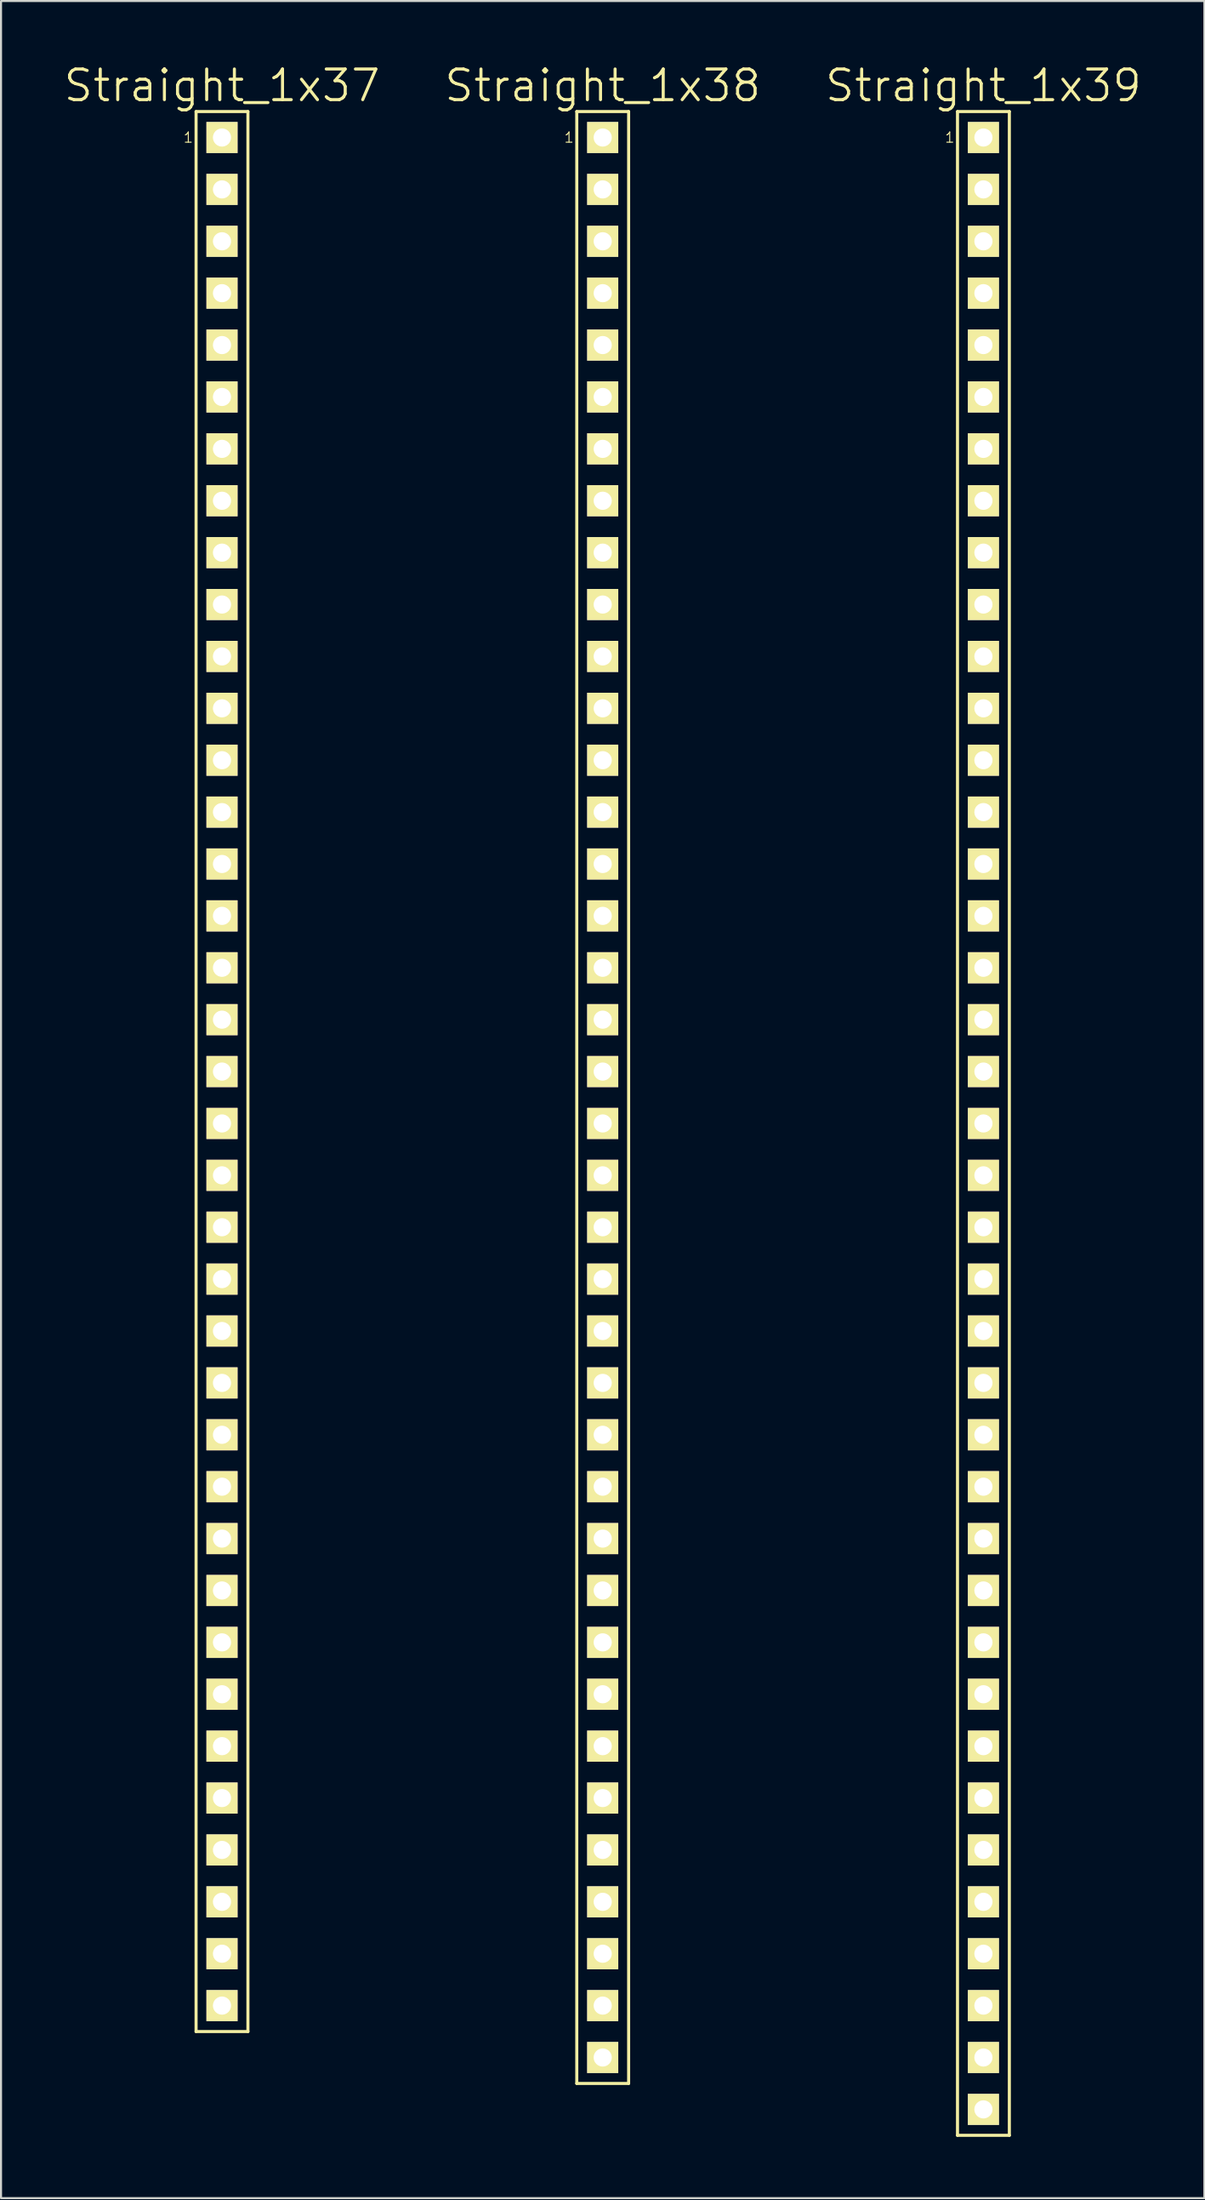
<source format=kicad_pcb>
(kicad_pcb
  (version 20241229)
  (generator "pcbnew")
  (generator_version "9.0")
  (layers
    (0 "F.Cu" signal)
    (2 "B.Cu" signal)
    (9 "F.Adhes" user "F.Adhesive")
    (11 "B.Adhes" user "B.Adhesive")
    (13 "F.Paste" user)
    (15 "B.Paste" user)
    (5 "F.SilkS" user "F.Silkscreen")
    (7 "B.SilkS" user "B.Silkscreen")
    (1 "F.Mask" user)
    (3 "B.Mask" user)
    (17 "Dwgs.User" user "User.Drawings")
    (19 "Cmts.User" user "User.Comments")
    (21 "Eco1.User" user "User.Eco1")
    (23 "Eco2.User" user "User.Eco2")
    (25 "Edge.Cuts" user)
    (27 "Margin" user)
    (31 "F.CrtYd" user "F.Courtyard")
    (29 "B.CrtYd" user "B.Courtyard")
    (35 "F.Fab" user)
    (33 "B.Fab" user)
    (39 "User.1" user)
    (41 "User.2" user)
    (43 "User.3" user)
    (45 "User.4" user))
  (footprint "Straight_1x39"
    (layer "F.Cu")
    (at 45.125 51.941)
    (property "Reference" "Straight_1x39" (at 0 -50.8 0) (layer "F.SilkS") (effects (font (size 1.5 1.5) (thickness 0.15))))
    (attr through_hole)
    (fp_line (start -1.27 -49.53) (end 1.27 -49.53) (stroke (width 0.15) (type solid)) (layer "F.SilkS"))
    (fp_line (start -1.27 49.53) (end -1.27 -49.53) (stroke (width 0.15) (type solid)) (layer "F.SilkS"))
    (fp_line (start 1.27 -49.53) (end 1.27 49.53) (stroke (width 0.15) (type solid)) (layer "F.SilkS"))
    (fp_line (start 1.27 49.53) (end -1.27 49.53) (stroke (width 0.15) (type solid)) (layer "F.SilkS"))
    (fp_text user "1" (at -1.651 -48.26 0) (layer "F.SilkS") (effects (font (size 0.5 0.5) (thickness 0.05))))
    (pad "1" thru_hole rect (at 0 -48.26) (size 1.524 1.524) (drill 0.889) (layers "*.Cu" "*.Mask" "F.SilkS"))
    (pad "2" thru_hole rect (at 0 -45.72) (size 1.524 1.524) (drill 0.889) (layers "*.Cu" "*.Mask" "F.SilkS"))
    (pad "3" thru_hole rect (at 0 -43.18) (size 1.524 1.524) (drill 0.889) (layers "*.Cu" "*.Mask" "F.SilkS"))
    (pad "4" thru_hole rect (at 0 -40.64) (size 1.524 1.524) (drill 0.889) (layers "*.Cu" "*.Mask" "F.SilkS"))
    (pad "5" thru_hole rect (at 0 -38.1) (size 1.524 1.524) (drill 0.889) (layers "*.Cu" "*.Mask" "F.SilkS"))
    (pad "6" thru_hole rect (at 0 -35.56) (size 1.524 1.524) (drill 0.889) (layers "*.Cu" "*.Mask" "F.SilkS"))
    (pad "7" thru_hole rect (at 0 -33.02) (size 1.524 1.524) (drill 0.889) (layers "*.Cu" "*.Mask" "F.SilkS"))
    (pad "8" thru_hole rect (at 0 -30.48) (size 1.524 1.524) (drill 0.889) (layers "*.Cu" "*.Mask" "F.SilkS"))
    (pad "9" thru_hole rect (at 0 -27.94) (size 1.524 1.524) (drill 0.889) (layers "*.Cu" "*.Mask" "F.SilkS"))
    (pad "10" thru_hole rect (at 0 -25.4) (size 1.524 1.524) (drill 0.889) (layers "*.Cu" "*.Mask" "F.SilkS"))
    (pad "11" thru_hole rect (at 0 -22.86) (size 1.524 1.524) (drill 0.889) (layers "*.Cu" "*.Mask" "F.SilkS"))
    (pad "12" thru_hole rect (at 0 -20.32) (size 1.524 1.524) (drill 0.889) (layers "*.Cu" "*.Mask" "F.SilkS"))
    (pad "13" thru_hole rect (at 0 -17.78) (size 1.524 1.524) (drill 0.889) (layers "*.Cu" "*.Mask" "F.SilkS"))
    (pad "14" thru_hole rect (at 0 -15.24) (size 1.524 1.524) (drill 0.889) (layers "*.Cu" "*.Mask" "F.SilkS"))
    (pad "15" thru_hole rect (at 0 -12.7) (size 1.524 1.524) (drill 0.889) (layers "*.Cu" "*.Mask" "F.SilkS"))
    (pad "16" thru_hole rect (at 0 -10.16) (size 1.524 1.524) (drill 0.889) (layers "*.Cu" "*.Mask" "F.SilkS"))
    (pad "17" thru_hole rect (at 0 -7.62) (size 1.524 1.524) (drill 0.889) (layers "*.Cu" "*.Mask" "F.SilkS"))
    (pad "18" thru_hole rect (at 0 -5.08) (size 1.524 1.524) (drill 0.889) (layers "*.Cu" "*.Mask" "F.SilkS"))
    (pad "19" thru_hole rect (at 0 -2.54) (size 1.524 1.524) (drill 0.889) (layers "*.Cu" "*.Mask" "F.SilkS"))
    (pad "20" thru_hole rect (at 0 0) (size 1.524 1.524) (drill 0.889) (layers "*.Cu" "*.Mask" "F.SilkS"))
    (pad "21" thru_hole rect (at 0 2.54) (size 1.524 1.524) (drill 0.889) (layers "*.Cu" "*.Mask" "F.SilkS"))
    (pad "22" thru_hole rect (at 0 5.08) (size 1.524 1.524) (drill 0.889) (layers "*.Cu" "*.Mask" "F.SilkS"))
    (pad "23" thru_hole rect (at 0 7.62) (size 1.524 1.524) (drill 0.889) (layers "*.Cu" "*.Mask" "F.SilkS"))
    (pad "24" thru_hole rect (at 0 10.16) (size 1.524 1.524) (drill 0.889) (layers "*.Cu" "*.Mask" "F.SilkS"))
    (pad "25" thru_hole rect (at 0 12.7) (size 1.524 1.524) (drill 0.889) (layers "*.Cu" "*.Mask" "F.SilkS"))
    (pad "26" thru_hole rect (at 0 15.24) (size 1.524 1.524) (drill 0.889) (layers "*.Cu" "*.Mask" "F.SilkS"))
    (pad "27" thru_hole rect (at 0 17.78) (size 1.524 1.524) (drill 0.889) (layers "*.Cu" "*.Mask" "F.SilkS"))
    (pad "28" thru_hole rect (at 0 20.32) (size 1.524 1.524) (drill 0.889) (layers "*.Cu" "*.Mask" "F.SilkS"))
    (pad "29" thru_hole rect (at 0 22.86) (size 1.524 1.524) (drill 0.889) (layers "*.Cu" "*.Mask" "F.SilkS"))
    (pad "30" thru_hole rect (at 0 25.4) (size 1.524 1.524) (drill 0.889) (layers "*.Cu" "*.Mask" "F.SilkS"))
    (pad "31" thru_hole rect (at 0 27.94) (size 1.524 1.524) (drill 0.889) (layers "*.Cu" "*.Mask" "F.SilkS"))
    (pad "32" thru_hole rect (at 0 30.48) (size 1.524 1.524) (drill 0.889) (layers "*.Cu" "*.Mask" "F.SilkS"))
    (pad "33" thru_hole rect (at 0 33.02) (size 1.524 1.524) (drill 0.889) (layers "*.Cu" "*.Mask" "F.SilkS"))
    (pad "34" thru_hole rect (at 0 35.56) (size 1.524 1.524) (drill 0.889) (layers "*.Cu" "*.Mask" "F.SilkS"))
    (pad "35" thru_hole rect (at 0 38.1) (size 1.524 1.524) (drill 0.889) (layers "*.Cu" "*.Mask" "F.SilkS"))
    (pad "36" thru_hole rect (at 0 40.64) (size 1.524 1.524) (drill 0.889) (layers "*.Cu" "*.Mask" "F.SilkS"))
    (pad "37" thru_hole rect (at 0 43.18) (size 1.524 1.524) (drill 0.889) (layers "*.Cu" "*.Mask" "F.SilkS"))
    (pad "38" thru_hole rect (at 0 45.72) (size 1.524 1.524) (drill 0.889) (layers "*.Cu" "*.Mask" "F.SilkS"))
    (pad "39" thru_hole rect (at 0 48.26) (size 1.524 1.524) (drill 0.889) (layers "*.Cu" "*.Mask" "F.SilkS")))
  (footprint "Straight_1x37"
    (layer "F.Cu")
    (at 7.825 49.401)
    (property "Reference" "Straight_1x37" (at 0 -48.26 0) (layer "F.SilkS") (effects (font (size 1.5 1.5) (thickness 0.15))))
    (attr through_hole)
    (fp_line (start -1.27 -46.99) (end 1.27 -46.99) (stroke (width 0.15) (type solid)) (layer "F.SilkS"))
    (fp_line (start -1.27 46.99) (end -1.27 -46.99) (stroke (width 0.15) (type solid)) (layer "F.SilkS"))
    (fp_line (start 1.27 -46.99) (end 1.27 46.99) (stroke (width 0.15) (type solid)) (layer "F.SilkS"))
    (fp_line (start 1.27 46.99) (end -1.27 46.99) (stroke (width 0.15) (type solid)) (layer "F.SilkS"))
    (fp_text user "1" (at -1.651 -45.72 0) (layer "F.SilkS") (effects (font (size 0.5 0.5) (thickness 0.05))))
    (pad "1" thru_hole rect (at 0 -45.72) (size 1.524 1.524) (drill 0.889) (layers "*.Cu" "*.Mask" "F.SilkS"))
    (pad "2" thru_hole rect (at 0 -43.18) (size 1.524 1.524) (drill 0.889) (layers "*.Cu" "*.Mask" "F.SilkS"))
    (pad "3" thru_hole rect (at 0 -40.64) (size 1.524 1.524) (drill 0.889) (layers "*.Cu" "*.Mask" "F.SilkS"))
    (pad "4" thru_hole rect (at 0 -38.1) (size 1.524 1.524) (drill 0.889) (layers "*.Cu" "*.Mask" "F.SilkS"))
    (pad "5" thru_hole rect (at 0 -35.56) (size 1.524 1.524) (drill 0.889) (layers "*.Cu" "*.Mask" "F.SilkS"))
    (pad "6" thru_hole rect (at 0 -33.02) (size 1.524 1.524) (drill 0.889) (layers "*.Cu" "*.Mask" "F.SilkS"))
    (pad "7" thru_hole rect (at 0 -30.48) (size 1.524 1.524) (drill 0.889) (layers "*.Cu" "*.Mask" "F.SilkS"))
    (pad "8" thru_hole rect (at 0 -27.94) (size 1.524 1.524) (drill 0.889) (layers "*.Cu" "*.Mask" "F.SilkS"))
    (pad "9" thru_hole rect (at 0 -25.4) (size 1.524 1.524) (drill 0.889) (layers "*.Cu" "*.Mask" "F.SilkS"))
    (pad "10" thru_hole rect (at 0 -22.86) (size 1.524 1.524) (drill 0.889) (layers "*.Cu" "*.Mask" "F.SilkS"))
    (pad "11" thru_hole rect (at 0 -20.32) (size 1.524 1.524) (drill 0.889) (layers "*.Cu" "*.Mask" "F.SilkS"))
    (pad "12" thru_hole rect (at 0 -17.78) (size 1.524 1.524) (drill 0.889) (layers "*.Cu" "*.Mask" "F.SilkS"))
    (pad "13" thru_hole rect (at 0 -15.24) (size 1.524 1.524) (drill 0.889) (layers "*.Cu" "*.Mask" "F.SilkS"))
    (pad "14" thru_hole rect (at 0 -12.7) (size 1.524 1.524) (drill 0.889) (layers "*.Cu" "*.Mask" "F.SilkS"))
    (pad "15" thru_hole rect (at 0 -10.16) (size 1.524 1.524) (drill 0.889) (layers "*.Cu" "*.Mask" "F.SilkS"))
    (pad "16" thru_hole rect (at 0 -7.62) (size 1.524 1.524) (drill 0.889) (layers "*.Cu" "*.Mask" "F.SilkS"))
    (pad "17" thru_hole rect (at 0 -5.08) (size 1.524 1.524) (drill 0.889) (layers "*.Cu" "*.Mask" "F.SilkS"))
    (pad "18" thru_hole rect (at 0 -2.54) (size 1.524 1.524) (drill 0.889) (layers "*.Cu" "*.Mask" "F.SilkS"))
    (pad "19" thru_hole rect (at 0 0) (size 1.524 1.524) (drill 0.889) (layers "*.Cu" "*.Mask" "F.SilkS"))
    (pad "20" thru_hole rect (at 0 2.54) (size 1.524 1.524) (drill 0.889) (layers "*.Cu" "*.Mask" "F.SilkS"))
    (pad "21" thru_hole rect (at 0 5.08) (size 1.524 1.524) (drill 0.889) (layers "*.Cu" "*.Mask" "F.SilkS"))
    (pad "22" thru_hole rect (at 0 7.62) (size 1.524 1.524) (drill 0.889) (layers "*.Cu" "*.Mask" "F.SilkS"))
    (pad "23" thru_hole rect (at 0 10.16) (size 1.524 1.524) (drill 0.889) (layers "*.Cu" "*.Mask" "F.SilkS"))
    (pad "24" thru_hole rect (at 0 12.7) (size 1.524 1.524) (drill 0.889) (layers "*.Cu" "*.Mask" "F.SilkS"))
    (pad "25" thru_hole rect (at 0 15.24) (size 1.524 1.524) (drill 0.889) (layers "*.Cu" "*.Mask" "F.SilkS"))
    (pad "26" thru_hole rect (at 0 17.78) (size 1.524 1.524) (drill 0.889) (layers "*.Cu" "*.Mask" "F.SilkS"))
    (pad "27" thru_hole rect (at 0 20.32) (size 1.524 1.524) (drill 0.889) (layers "*.Cu" "*.Mask" "F.SilkS"))
    (pad "28" thru_hole rect (at 0 22.86) (size 1.524 1.524) (drill 0.889) (layers "*.Cu" "*.Mask" "F.SilkS"))
    (pad "29" thru_hole rect (at 0 25.4) (size 1.524 1.524) (drill 0.889) (layers "*.Cu" "*.Mask" "F.SilkS"))
    (pad "30" thru_hole rect (at 0 27.94) (size 1.524 1.524) (drill 0.889) (layers "*.Cu" "*.Mask" "F.SilkS"))
    (pad "31" thru_hole rect (at 0 30.48) (size 1.524 1.524) (drill 0.889) (layers "*.Cu" "*.Mask" "F.SilkS"))
    (pad "32" thru_hole rect (at 0 33.02) (size 1.524 1.524) (drill 0.889) (layers "*.Cu" "*.Mask" "F.SilkS"))
    (pad "33" thru_hole rect (at 0 35.56) (size 1.524 1.524) (drill 0.889) (layers "*.Cu" "*.Mask" "F.SilkS"))
    (pad "34" thru_hole rect (at 0 38.1) (size 1.524 1.524) (drill 0.889) (layers "*.Cu" "*.Mask" "F.SilkS"))
    (pad "35" thru_hole rect (at 0 40.64) (size 1.524 1.524) (drill 0.889) (layers "*.Cu" "*.Mask" "F.SilkS"))
    (pad "36" thru_hole rect (at 0 43.18) (size 1.524 1.524) (drill 0.889) (layers "*.Cu" "*.Mask" "F.SilkS"))
    (pad "37" thru_hole rect (at 0 45.72) (size 1.524 1.524) (drill 0.889) (layers "*.Cu" "*.Mask" "F.SilkS")))
  (footprint "Straight_1x38"
    (layer "F.Cu")
    (at 26.475 50.671)
    (property "Reference" "Straight_1x38" (at 0 -49.53 0) (layer "F.SilkS") (effects (font (size 1.5 1.5) (thickness 0.15))))
    (attr through_hole)
    (fp_line (start -1.27 -48.26) (end 1.27 -48.26) (stroke (width 0.15) (type solid)) (layer "F.SilkS"))
    (fp_line (start -1.27 48.26) (end -1.27 -48.26) (stroke (width 0.15) (type solid)) (layer "F.SilkS"))
    (fp_line (start 1.27 -48.26) (end 1.27 48.26) (stroke (width 0.15) (type solid)) (layer "F.SilkS"))
    (fp_line (start 1.27 48.26) (end -1.27 48.26) (stroke (width 0.15) (type solid)) (layer "F.SilkS"))
    (fp_text user "1" (at -1.651 -46.99 0) (layer "F.SilkS") (effects (font (size 0.5 0.5) (thickness 0.05))))
    (pad "1" thru_hole rect (at 0 -46.99) (size 1.524 1.524) (drill 0.889) (layers "*.Cu" "*.Mask" "F.SilkS"))
    (pad "2" thru_hole rect (at 0 -44.45) (size 1.524 1.524) (drill 0.889) (layers "*.Cu" "*.Mask" "F.SilkS"))
    (pad "3" thru_hole rect (at 0 -41.91) (size 1.524 1.524) (drill 0.889) (layers "*.Cu" "*.Mask" "F.SilkS"))
    (pad "4" thru_hole rect (at 0 -39.37) (size 1.524 1.524) (drill 0.889) (layers "*.Cu" "*.Mask" "F.SilkS"))
    (pad "5" thru_hole rect (at 0 -36.83) (size 1.524 1.524) (drill 0.889) (layers "*.Cu" "*.Mask" "F.SilkS"))
    (pad "6" thru_hole rect (at 0 -34.29) (size 1.524 1.524) (drill 0.889) (layers "*.Cu" "*.Mask" "F.SilkS"))
    (pad "7" thru_hole rect (at 0 -31.75) (size 1.524 1.524) (drill 0.889) (layers "*.Cu" "*.Mask" "F.SilkS"))
    (pad "8" thru_hole rect (at 0 -29.21) (size 1.524 1.524) (drill 0.889) (layers "*.Cu" "*.Mask" "F.SilkS"))
    (pad "9" thru_hole rect (at 0 -26.67) (size 1.524 1.524) (drill 0.889) (layers "*.Cu" "*.Mask" "F.SilkS"))
    (pad "10" thru_hole rect (at 0 -24.13) (size 1.524 1.524) (drill 0.889) (layers "*.Cu" "*.Mask" "F.SilkS"))
    (pad "11" thru_hole rect (at 0 -21.59) (size 1.524 1.524) (drill 0.889) (layers "*.Cu" "*.Mask" "F.SilkS"))
    (pad "12" thru_hole rect (at 0 -19.05) (size 1.524 1.524) (drill 0.889) (layers "*.Cu" "*.Mask" "F.SilkS"))
    (pad "13" thru_hole rect (at 0 -16.51) (size 1.524 1.524) (drill 0.889) (layers "*.Cu" "*.Mask" "F.SilkS"))
    (pad "14" thru_hole rect (at 0 -13.97) (size 1.524 1.524) (drill 0.889) (layers "*.Cu" "*.Mask" "F.SilkS"))
    (pad "15" thru_hole rect (at 0 -11.43) (size 1.524 1.524) (drill 0.889) (layers "*.Cu" "*.Mask" "F.SilkS"))
    (pad "16" thru_hole rect (at 0 -8.89) (size 1.524 1.524) (drill 0.889) (layers "*.Cu" "*.Mask" "F.SilkS"))
    (pad "17" thru_hole rect (at 0 -6.35) (size 1.524 1.524) (drill 0.889) (layers "*.Cu" "*.Mask" "F.SilkS"))
    (pad "18" thru_hole rect (at 0 -3.81) (size 1.524 1.524) (drill 0.889) (layers "*.Cu" "*.Mask" "F.SilkS"))
    (pad "19" thru_hole rect (at 0 -1.27) (size 1.524 1.524) (drill 0.889) (layers "*.Cu" "*.Mask" "F.SilkS"))
    (pad "20" thru_hole rect (at 0 1.27) (size 1.524 1.524) (drill 0.889) (layers "*.Cu" "*.Mask" "F.SilkS"))
    (pad "21" thru_hole rect (at 0 3.81) (size 1.524 1.524) (drill 0.889) (layers "*.Cu" "*.Mask" "F.SilkS"))
    (pad "22" thru_hole rect (at 0 6.35) (size 1.524 1.524) (drill 0.889) (layers "*.Cu" "*.Mask" "F.SilkS"))
    (pad "23" thru_hole rect (at 0 8.89) (size 1.524 1.524) (drill 0.889) (layers "*.Cu" "*.Mask" "F.SilkS"))
    (pad "24" thru_hole rect (at 0 11.43) (size 1.524 1.524) (drill 0.889) (layers "*.Cu" "*.Mask" "F.SilkS"))
    (pad "25" thru_hole rect (at 0 13.97) (size 1.524 1.524) (drill 0.889) (layers "*.Cu" "*.Mask" "F.SilkS"))
    (pad "26" thru_hole rect (at 0 16.51) (size 1.524 1.524) (drill 0.889) (layers "*.Cu" "*.Mask" "F.SilkS"))
    (pad "27" thru_hole rect (at 0 19.05) (size 1.524 1.524) (drill 0.889) (layers "*.Cu" "*.Mask" "F.SilkS"))
    (pad "28" thru_hole rect (at 0 21.59) (size 1.524 1.524) (drill 0.889) (layers "*.Cu" "*.Mask" "F.SilkS"))
    (pad "29" thru_hole rect (at 0 24.13) (size 1.524 1.524) (drill 0.889) (layers "*.Cu" "*.Mask" "F.SilkS"))
    (pad "30" thru_hole rect (at 0 26.67) (size 1.524 1.524) (drill 0.889) (layers "*.Cu" "*.Mask" "F.SilkS"))
    (pad "31" thru_hole rect (at 0 29.21) (size 1.524 1.524) (drill 0.889) (layers "*.Cu" "*.Mask" "F.SilkS"))
    (pad "32" thru_hole rect (at 0 31.75) (size 1.524 1.524) (drill 0.889) (layers "*.Cu" "*.Mask" "F.SilkS"))
    (pad "33" thru_hole rect (at 0 34.29) (size 1.524 1.524) (drill 0.889) (layers "*.Cu" "*.Mask" "F.SilkS"))
    (pad "34" thru_hole rect (at 0 36.83) (size 1.524 1.524) (drill 0.889) (layers "*.Cu" "*.Mask" "F.SilkS"))
    (pad "35" thru_hole rect (at 0 39.37) (size 1.524 1.524) (drill 0.889) (layers "*.Cu" "*.Mask" "F.SilkS"))
    (pad "36" thru_hole rect (at 0 41.91) (size 1.524 1.524) (drill 0.889) (layers "*.Cu" "*.Mask" "F.SilkS"))
    (pad "37" thru_hole rect (at 0 44.45) (size 1.524 1.524) (drill 0.889) (layers "*.Cu" "*.Mask" "F.SilkS"))
    (pad "38" thru_hole rect (at 0 46.99) (size 1.524 1.524) (drill 0.889) (layers "*.Cu" "*.Mask" "F.SilkS")))
  (gr_rect
    (start -3 -3)
    (end 55.95 104.546)
    (stroke (width 0.1) (type default))
    (fill no)
    (layer "Edge.Cuts")))
</source>
